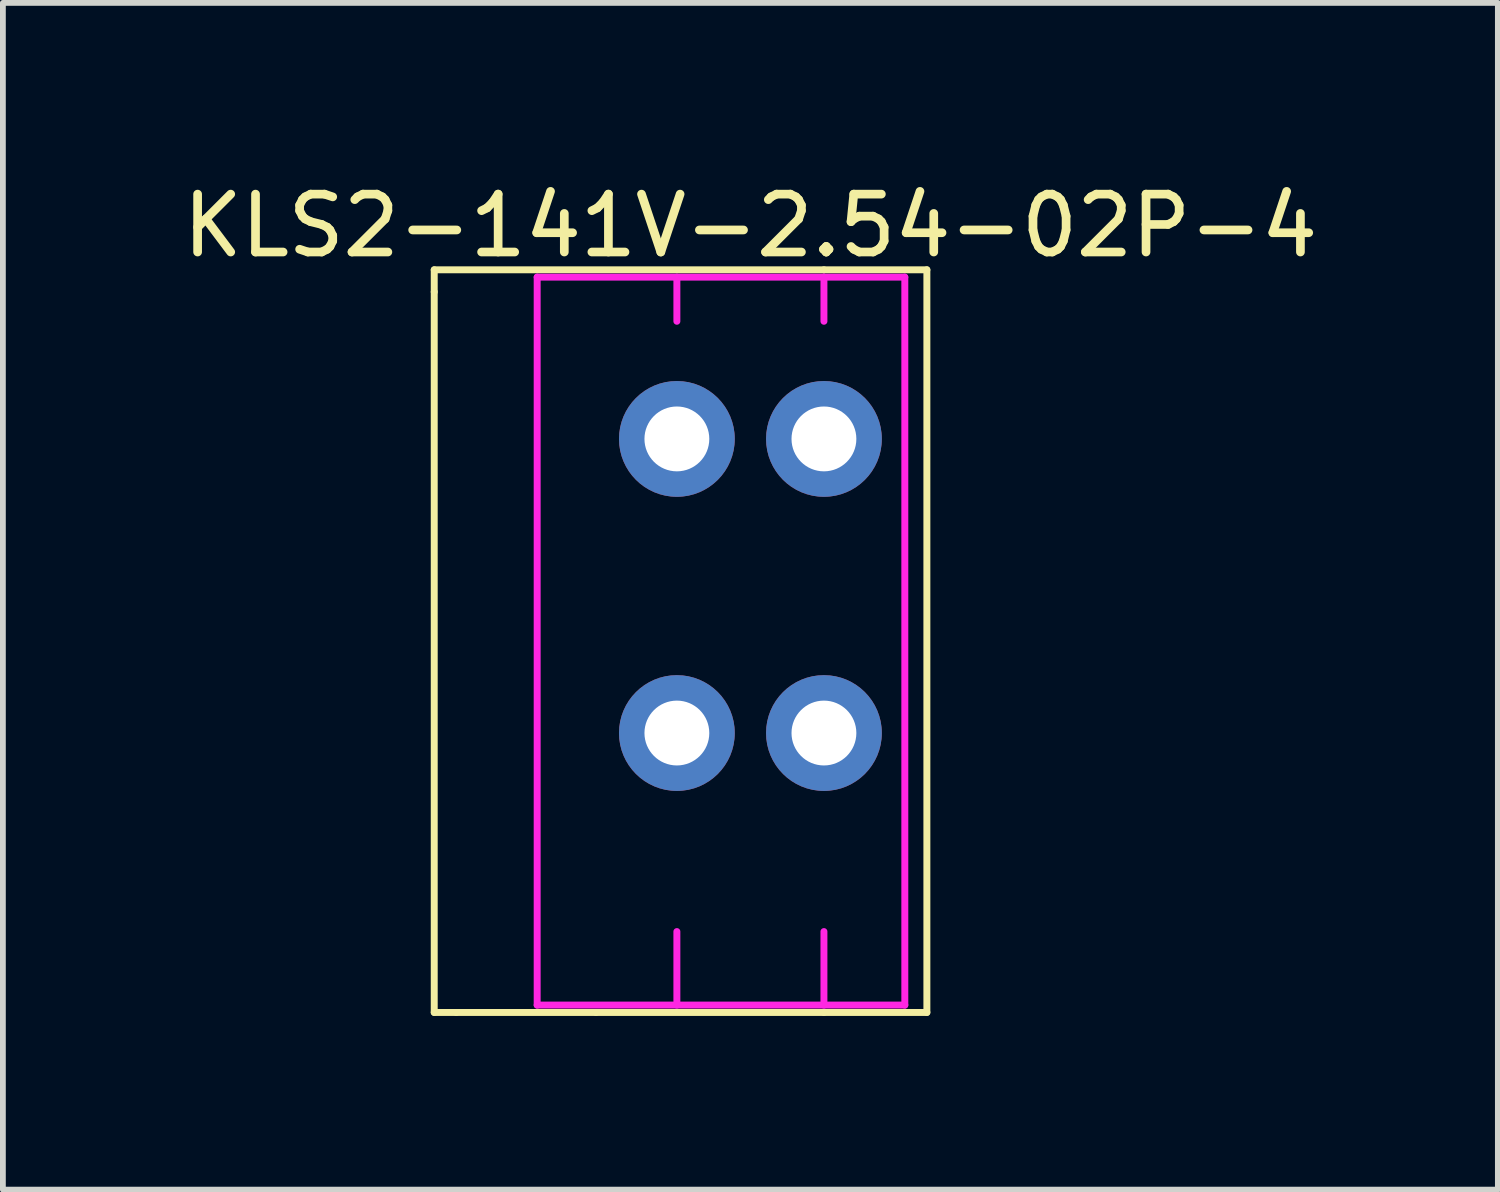
<source format=kicad_pcb>
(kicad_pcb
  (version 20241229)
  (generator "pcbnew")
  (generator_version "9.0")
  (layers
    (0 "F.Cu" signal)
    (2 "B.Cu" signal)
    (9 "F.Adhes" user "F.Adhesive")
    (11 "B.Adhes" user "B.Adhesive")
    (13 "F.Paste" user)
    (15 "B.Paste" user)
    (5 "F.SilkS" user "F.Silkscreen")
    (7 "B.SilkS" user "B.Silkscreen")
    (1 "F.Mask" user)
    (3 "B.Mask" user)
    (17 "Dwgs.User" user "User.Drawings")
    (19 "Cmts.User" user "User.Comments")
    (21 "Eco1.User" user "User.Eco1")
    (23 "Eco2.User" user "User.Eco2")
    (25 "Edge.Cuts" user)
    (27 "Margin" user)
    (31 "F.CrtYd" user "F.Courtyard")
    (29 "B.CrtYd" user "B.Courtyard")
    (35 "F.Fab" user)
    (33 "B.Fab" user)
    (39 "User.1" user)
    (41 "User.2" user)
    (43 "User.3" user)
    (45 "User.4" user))
  (footprint "KLS2-141V-2.54-02P-4"
    (layer "F.Cu")
    (at 9.911 7.071)
    (property "Reference" "KLS2-141V-2.54-02P-4" (at 0 -6.223 180) (layer "F.SilkS") (effects (font (size 1 1) (thickness 0.15))))
    (attr through_hole)
    (fp_line (start -5.461 -5.461) (end -5.461 -5.08) (stroke (width 0.12) (type solid)) (layer "F.SilkS"))
    (fp_line (start -5.461 -5.08) (end -5.461 7.366) (stroke (width 0.12) (type solid)) (layer "F.SilkS"))
    (fp_line (start -5.461 7.366) (end -5.08 7.366) (stroke (width 0.12) (type solid)) (layer "F.SilkS"))
    (fp_line (start -2.667 7.366) (end -5.08 7.366) (stroke (width 0.12) (type solid)) (layer "F.SilkS"))
    (fp_line (start 1.27 -5.461) (end -5.461 -5.461) (stroke (width 0.12) (type solid)) (layer "F.SilkS"))
    (fp_line (start 1.27 -5.461) (end 3.048 -5.461) (stroke (width 0.12) (type solid)) (layer "F.SilkS"))
    (fp_line (start 1.27 7.366) (end -2.667 7.366) (stroke (width 0.12) (type solid)) (layer "F.SilkS"))
    (fp_line (start 3.048 -5.461) (end 3.048 7.366) (stroke (width 0.12) (type solid)) (layer "F.SilkS"))
    (fp_line (start 3.048 7.366) (end 1.27 7.366) (stroke (width 0.12) (type solid)) (layer "F.SilkS"))
    (fp_line (start -3.683 -5.334) (end 2.667 -5.334) (stroke (width 0.12) (type solid)) (layer "F.CrtYd"))
    (fp_line (start -3.683 7.239) (end -3.683 -5.334) (stroke (width 0.12) (type solid)) (layer "F.CrtYd"))
    (fp_line (start -1.27 -4.572) (end -1.27 -5.334) (stroke (width 0.12) (type solid)) (layer "F.CrtYd"))
    (fp_line (start -1.27 7.239) (end -1.27 5.969) (stroke (width 0.12) (type solid)) (layer "F.CrtYd"))
    (fp_line (start 1.27 -4.572) (end 1.27 -5.334) (stroke (width 0.12) (type solid)) (layer "F.CrtYd"))
    (fp_line (start 1.27 7.239) (end 1.27 5.969) (stroke (width 0.12) (type solid)) (layer "F.CrtYd"))
    (fp_line (start 2.667 -5.334) (end 2.667 7.239) (stroke (width 0.12) (type solid)) (layer "F.CrtYd"))
    (fp_line (start 2.667 7.239) (end -3.683 7.239) (stroke (width 0.12) (type solid)) (layer "F.CrtYd"))
    (pad "1" thru_hole circle (at -1.27 -2.54) (size 2 2) (drill 1.12) (layers "*.Cu" "*.Mask"))
    (pad "1" thru_hole circle (at -1.27 2.54) (size 2 2) (drill 1.12) (layers "*.Cu" "*.Mask"))
    (pad "2" thru_hole circle (at 1.27 -2.54) (size 2 2) (drill 1.12) (layers "*.Cu" "*.Mask"))
    (pad "2" thru_hole circle (at 1.27 2.54) (size 2 2) (drill 1.12) (layers "*.Cu" "*.Mask")))
  (gr_rect
    (start -3 -3)
    (end 22.821 17.497)
    (stroke (width 0.1) (type default))
    (fill no)
    (layer "Edge.Cuts")))
</source>
